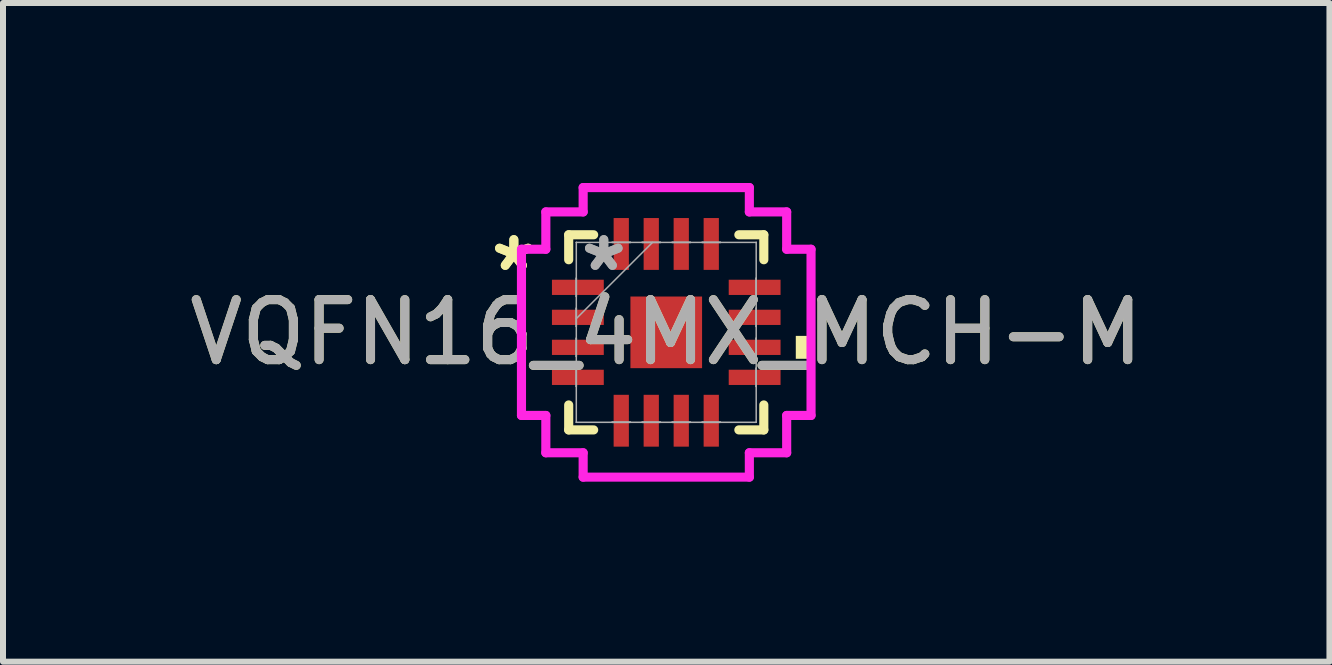
<source format=kicad_pcb>
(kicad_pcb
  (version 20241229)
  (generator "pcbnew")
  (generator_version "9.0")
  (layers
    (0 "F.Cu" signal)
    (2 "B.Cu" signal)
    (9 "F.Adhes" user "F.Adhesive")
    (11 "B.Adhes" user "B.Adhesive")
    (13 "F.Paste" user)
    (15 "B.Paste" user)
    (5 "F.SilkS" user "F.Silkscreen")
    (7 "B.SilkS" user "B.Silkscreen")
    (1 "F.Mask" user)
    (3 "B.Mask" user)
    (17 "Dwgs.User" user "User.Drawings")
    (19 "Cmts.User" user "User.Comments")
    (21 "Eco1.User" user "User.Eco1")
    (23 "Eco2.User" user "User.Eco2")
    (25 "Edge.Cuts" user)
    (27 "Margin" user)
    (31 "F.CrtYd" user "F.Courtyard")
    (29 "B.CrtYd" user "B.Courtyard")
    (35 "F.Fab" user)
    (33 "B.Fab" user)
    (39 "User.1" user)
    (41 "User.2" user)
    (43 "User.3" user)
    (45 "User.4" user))
  (footprint "VQFN16_4MX_MCH-M"
    (layer "F.Cu")
    (at 8.054 2.489)
    (property "Reference" "VQFN16_4MX_MCH-M" (at 0 0 0) (unlocked yes) (layer "F.SilkS") (effects (font (size 1 1) (thickness 0.15))))
    (attr smd)
    (fp_line (start -1.626 -1.626) (end -1.626 -1.21) (stroke (width 0.152) (type solid)) (layer "F.SilkS"))
    (fp_line (start -1.626 1.21) (end -1.626 1.626) (stroke (width 0.152) (type solid)) (layer "F.SilkS"))
    (fp_line (start -1.626 1.626) (end -1.21 1.626) (stroke (width 0.152) (type solid)) (layer "F.SilkS"))
    (fp_line (start -1.21 -1.626) (end -1.626 -1.626) (stroke (width 0.152) (type solid)) (layer "F.SilkS"))
    (fp_line (start 1.21 1.626) (end 1.626 1.626) (stroke (width 0.152) (type solid)) (layer "F.SilkS"))
    (fp_line (start 1.626 -1.626) (end 1.21 -1.626) (stroke (width 0.152) (type solid)) (layer "F.SilkS"))
    (fp_line (start 1.626 -1.21) (end 1.626 -1.626) (stroke (width 0.152) (type solid)) (layer "F.SilkS"))
    (fp_line (start 1.626 1.626) (end 1.626 1.21) (stroke (width 0.152) (type solid)) (layer "F.SilkS"))
    (fp_poly (pts (xy 2.413 0.059) (xy 2.413 0.441) (xy 2.159 0.441) (xy 2.159 0.059)) (stroke (width 0) (type solid)) (fill yes) (layer "F.SilkS"))
    (fp_line (start -2.413 -1.385) (end -2.007 -1.385) (stroke (width 0.152) (type solid)) (layer "F.CrtYd"))
    (fp_line (start -2.413 1.385) (end -2.413 -1.385) (stroke (width 0.152) (type solid)) (layer "F.CrtYd"))
    (fp_line (start -2.007 -2.007) (end -1.385 -2.007) (stroke (width 0.152) (type solid)) (layer "F.CrtYd"))
    (fp_line (start -2.007 -1.385) (end -2.007 -2.007) (stroke (width 0.152) (type solid)) (layer "F.CrtYd"))
    (fp_line (start -2.007 1.385) (end -2.413 1.385) (stroke (width 0.152) (type solid)) (layer "F.CrtYd"))
    (fp_line (start -2.007 2.007) (end -2.007 1.385) (stroke (width 0.152) (type solid)) (layer "F.CrtYd"))
    (fp_line (start -1.385 -2.413) (end 1.385 -2.413) (stroke (width 0.152) (type solid)) (layer "F.CrtYd"))
    (fp_line (start -1.385 -2.007) (end -1.385 -2.413) (stroke (width 0.152) (type solid)) (layer "F.CrtYd"))
    (fp_line (start -1.385 2.007) (end -2.007 2.007) (stroke (width 0.152) (type solid)) (layer "F.CrtYd"))
    (fp_line (start -1.385 2.413) (end -1.385 2.007) (stroke (width 0.152) (type solid)) (layer "F.CrtYd"))
    (fp_line (start 1.385 -2.413) (end 1.385 -2.007) (stroke (width 0.152) (type solid)) (layer "F.CrtYd"))
    (fp_line (start 1.385 -2.007) (end 2.007 -2.007) (stroke (width 0.152) (type solid)) (layer "F.CrtYd"))
    (fp_line (start 1.385 2.007) (end 1.385 2.413) (stroke (width 0.152) (type solid)) (layer "F.CrtYd"))
    (fp_line (start 1.385 2.413) (end -1.385 2.413) (stroke (width 0.152) (type solid)) (layer "F.CrtYd"))
    (fp_line (start 2.007 -2.007) (end 2.007 -1.385) (stroke (width 0.152) (type solid)) (layer "F.CrtYd"))
    (fp_line (start 2.007 -1.385) (end 2.413 -1.385) (stroke (width 0.152) (type solid)) (layer "F.CrtYd"))
    (fp_line (start 2.007 1.385) (end 2.007 2.007) (stroke (width 0.152) (type solid)) (layer "F.CrtYd"))
    (fp_line (start 2.007 2.007) (end 1.385 2.007) (stroke (width 0.152) (type solid)) (layer "F.CrtYd"))
    (fp_line (start 2.413 -1.385) (end 2.413 1.385) (stroke (width 0.152) (type solid)) (layer "F.CrtYd"))
    (fp_line (start 2.413 1.385) (end 2.007 1.385) (stroke (width 0.152) (type solid)) (layer "F.CrtYd"))
    (fp_line (start -1.499 -1.499) (end -1.499 -1.499) (stroke (width 0.025) (type solid)) (layer "F.Fab"))
    (fp_line (start -1.499 -1.499) (end -1.499 1.499) (stroke (width 0.025) (type solid)) (layer "F.Fab"))
    (fp_line (start -1.499 -0.902) (end -1.499 -0.902) (stroke (width 0.025) (type solid)) (layer "F.Fab"))
    (fp_line (start -1.499 -0.902) (end -1.499 -0.598) (stroke (width 0.025) (type solid)) (layer "F.Fab"))
    (fp_line (start -1.499 -0.598) (end -1.499 -0.902) (stroke (width 0.025) (type solid)) (layer "F.Fab"))
    (fp_line (start -1.499 -0.598) (end -1.499 -0.598) (stroke (width 0.025) (type solid)) (layer "F.Fab"))
    (fp_line (start -1.499 -0.402) (end -1.499 -0.402) (stroke (width 0.025) (type solid)) (layer "F.Fab"))
    (fp_line (start -1.499 -0.402) (end -1.499 -0.098) (stroke (width 0.025) (type solid)) (layer "F.Fab"))
    (fp_line (start -1.499 -0.229) (end -0.229 -1.499) (stroke (width 0.025) (type solid)) (layer "F.Fab"))
    (fp_line (start -1.499 -0.098) (end -1.499 -0.402) (stroke (width 0.025) (type solid)) (layer "F.Fab"))
    (fp_line (start -1.499 -0.098) (end -1.499 -0.098) (stroke (width 0.025) (type solid)) (layer "F.Fab"))
    (fp_line (start -1.499 0.098) (end -1.499 0.098) (stroke (width 0.025) (type solid)) (layer "F.Fab"))
    (fp_line (start -1.499 0.098) (end -1.499 0.402) (stroke (width 0.025) (type solid)) (layer "F.Fab"))
    (fp_line (start -1.499 0.402) (end -1.499 0.098) (stroke (width 0.025) (type solid)) (layer "F.Fab"))
    (fp_line (start -1.499 0.402) (end -1.499 0.402) (stroke (width 0.025) (type solid)) (layer "F.Fab"))
    (fp_line (start -1.499 0.598) (end -1.499 0.598) (stroke (width 0.025) (type solid)) (layer "F.Fab"))
    (fp_line (start -1.499 0.598) (end -1.499 0.902) (stroke (width 0.025) (type solid)) (layer "F.Fab"))
    (fp_line (start -1.499 0.902) (end -1.499 0.598) (stroke (width 0.025) (type solid)) (layer "F.Fab"))
    (fp_line (start -1.499 0.902) (end -1.499 0.902) (stroke (width 0.025) (type solid)) (layer "F.Fab"))
    (fp_line (start -1.499 1.499) (end -1.499 1.499) (stroke (width 0.025) (type solid)) (layer "F.Fab"))
    (fp_line (start -1.499 1.499) (end 1.499 1.499) (stroke (width 0.025) (type solid)) (layer "F.Fab"))
    (fp_line (start -0.902 -1.499) (end -0.902 -1.499) (stroke (width 0.025) (type solid)) (layer "F.Fab"))
    (fp_line (start -0.902 -1.499) (end -0.598 -1.499) (stroke (width 0.025) (type solid)) (layer "F.Fab"))
    (fp_line (start -0.902 1.499) (end -0.902 1.499) (stroke (width 0.025) (type solid)) (layer "F.Fab"))
    (fp_line (start -0.902 1.499) (end -0.598 1.499) (stroke (width 0.025) (type solid)) (layer "F.Fab"))
    (fp_line (start -0.598 -1.499) (end -0.902 -1.499) (stroke (width 0.025) (type solid)) (layer "F.Fab"))
    (fp_line (start -0.598 -1.499) (end -0.598 -1.499) (stroke (width 0.025) (type solid)) (layer "F.Fab"))
    (fp_line (start -0.598 1.499) (end -0.902 1.499) (stroke (width 0.025) (type solid)) (layer "F.Fab"))
    (fp_line (start -0.598 1.499) (end -0.598 1.499) (stroke (width 0.025) (type solid)) (layer "F.Fab"))
    (fp_line (start -0.402 -1.499) (end -0.402 -1.499) (stroke (width 0.025) (type solid)) (layer "F.Fab"))
    (fp_line (start -0.402 -1.499) (end -0.098 -1.499) (stroke (width 0.025) (type solid)) (layer "F.Fab"))
    (fp_line (start -0.402 1.499) (end -0.402 1.499) (stroke (width 0.025) (type solid)) (layer "F.Fab"))
    (fp_line (start -0.402 1.499) (end -0.098 1.499) (stroke (width 0.025) (type solid)) (layer "F.Fab"))
    (fp_line (start -0.098 -1.499) (end -0.402 -1.499) (stroke (width 0.025) (type solid)) (layer "F.Fab"))
    (fp_line (start -0.098 -1.499) (end -0.098 -1.499) (stroke (width 0.025) (type solid)) (layer "F.Fab"))
    (fp_line (start -0.098 1.499) (end -0.402 1.499) (stroke (width 0.025) (type solid)) (layer "F.Fab"))
    (fp_line (start -0.098 1.499) (end -0.098 1.499) (stroke (width 0.025) (type solid)) (layer "F.Fab"))
    (fp_line (start 0.098 -1.499) (end 0.098 -1.499) (stroke (width 0.025) (type solid)) (layer "F.Fab"))
    (fp_line (start 0.098 -1.499) (end 0.402 -1.499) (stroke (width 0.025) (type solid)) (layer "F.Fab"))
    (fp_line (start 0.098 1.499) (end 0.098 1.499) (stroke (width 0.025) (type solid)) (layer "F.Fab"))
    (fp_line (start 0.098 1.499) (end 0.402 1.499) (stroke (width 0.025) (type solid)) (layer "F.Fab"))
    (fp_line (start 0.402 -1.499) (end 0.098 -1.499) (stroke (width 0.025) (type solid)) (layer "F.Fab"))
    (fp_line (start 0.402 -1.499) (end 0.402 -1.499) (stroke (width 0.025) (type solid)) (layer "F.Fab"))
    (fp_line (start 0.402 1.499) (end 0.098 1.499) (stroke (width 0.025) (type solid)) (layer "F.Fab"))
    (fp_line (start 0.402 1.499) (end 0.402 1.499) (stroke (width 0.025) (type solid)) (layer "F.Fab"))
    (fp_line (start 0.598 -1.499) (end 0.598 -1.499) (stroke (width 0.025) (type solid)) (layer "F.Fab"))
    (fp_line (start 0.598 -1.499) (end 0.902 -1.499) (stroke (width 0.025) (type solid)) (layer "F.Fab"))
    (fp_line (start 0.598 1.499) (end 0.598 1.499) (stroke (width 0.025) (type solid)) (layer "F.Fab"))
    (fp_line (start 0.598 1.499) (end 0.902 1.499) (stroke (width 0.025) (type solid)) (layer "F.Fab"))
    (fp_line (start 0.902 -1.499) (end 0.598 -1.499) (stroke (width 0.025) (type solid)) (layer "F.Fab"))
    (fp_line (start 0.902 -1.499) (end 0.902 -1.499) (stroke (width 0.025) (type solid)) (layer "F.Fab"))
    (fp_line (start 0.902 1.499) (end 0.598 1.499) (stroke (width 0.025) (type solid)) (layer "F.Fab"))
    (fp_line (start 0.902 1.499) (end 0.902 1.499) (stroke (width 0.025) (type solid)) (layer "F.Fab"))
    (fp_line (start 1.499 -1.499) (end -1.499 -1.499) (stroke (width 0.025) (type solid)) (layer "F.Fab"))
    (fp_line (start 1.499 -1.499) (end 1.499 -1.499) (stroke (width 0.025) (type solid)) (layer "F.Fab"))
    (fp_line (start 1.499 -0.902) (end 1.499 -0.902) (stroke (width 0.025) (type solid)) (layer "F.Fab"))
    (fp_line (start 1.499 -0.902) (end 1.499 -0.598) (stroke (width 0.025) (type solid)) (layer "F.Fab"))
    (fp_line (start 1.499 -0.598) (end 1.499 -0.902) (stroke (width 0.025) (type solid)) (layer "F.Fab"))
    (fp_line (start 1.499 -0.598) (end 1.499 -0.598) (stroke (width 0.025) (type solid)) (layer "F.Fab"))
    (fp_line (start 1.499 -0.402) (end 1.499 -0.402) (stroke (width 0.025) (type solid)) (layer "F.Fab"))
    (fp_line (start 1.499 -0.402) (end 1.499 -0.098) (stroke (width 0.025) (type solid)) (layer "F.Fab"))
    (fp_line (start 1.499 -0.098) (end 1.499 -0.402) (stroke (width 0.025) (type solid)) (layer "F.Fab"))
    (fp_line (start 1.499 -0.098) (end 1.499 -0.098) (stroke (width 0.025) (type solid)) (layer "F.Fab"))
    (fp_line (start 1.499 0.098) (end 1.499 0.098) (stroke (width 0.025) (type solid)) (layer "F.Fab"))
    (fp_line (start 1.499 0.098) (end 1.499 0.402) (stroke (width 0.025) (type solid)) (layer "F.Fab"))
    (fp_line (start 1.499 0.402) (end 1.499 0.098) (stroke (width 0.025) (type solid)) (layer "F.Fab"))
    (fp_line (start 1.499 0.402) (end 1.499 0.402) (stroke (width 0.025) (type solid)) (layer "F.Fab"))
    (fp_line (start 1.499 0.598) (end 1.499 0.598) (stroke (width 0.025) (type solid)) (layer "F.Fab"))
    (fp_line (start 1.499 0.598) (end 1.499 0.902) (stroke (width 0.025) (type solid)) (layer "F.Fab"))
    (fp_line (start 1.499 0.902) (end 1.499 0.598) (stroke (width 0.025) (type solid)) (layer "F.Fab"))
    (fp_line (start 1.499 0.902) (end 1.499 0.902) (stroke (width 0.025) (type solid)) (layer "F.Fab"))
    (fp_line (start 1.499 1.499) (end 1.499 -1.499) (stroke (width 0.025) (type solid)) (layer "F.Fab"))
    (fp_line (start 1.499 1.499) (end 1.499 1.499) (stroke (width 0.025) (type solid)) (layer "F.Fab"))
    (fp_text user "*" (at -2.54 -1 0) (unlocked yes) (layer "F.SilkS") (effects (font (size 1 1) (thickness 0.15))))
    (fp_text user "*" (at -2.54 -1 0) (layer "F.SilkS") (effects (font (size 1 1) (thickness 0.15))))
    (fp_text user "*" (at -1.041 -1 0) (unlocked yes) (layer "F.Fab") (effects (font (size 1 1) (thickness 0.15))))
    (fp_text user "${REFERENCE}" (at 0 0 0) (unlocked yes) (layer "F.Fab") (effects (font (size 1 1) (thickness 0.15))))
    (fp_text user "*" (at -1.041 -1 0) (layer "F.Fab") (effects (font (size 1 1) (thickness 0.15))))
    (pad "1" smd rect (at -1.473 -0.75 90) (size 0.254 0.864) (layers "F.Cu" "F.Mask" "F.Paste"))
    (pad "2" smd rect (at -1.473 -0.25 90) (size 0.254 0.864) (layers "F.Cu" "F.Mask" "F.Paste"))
    (pad "3" smd rect (at -1.473 0.25 90) (size 0.254 0.864) (layers "F.Cu" "F.Mask" "F.Paste"))
    (pad "4" smd rect (at -1.473 0.75 90) (size 0.254 0.864) (layers "F.Cu" "F.Mask" "F.Paste"))
    (pad "5" smd rect (at -0.75 1.473) (size 0.254 0.864) (layers "F.Cu" "F.Mask" "F.Paste"))
    (pad "6" smd rect (at -0.25 1.473) (size 0.254 0.864) (layers "F.Cu" "F.Mask" "F.Paste"))
    (pad "7" smd rect (at 0.25 1.473) (size 0.254 0.864) (layers "F.Cu" "F.Mask" "F.Paste"))
    (pad "8" smd rect (at 0.75 1.473) (size 0.254 0.864) (layers "F.Cu" "F.Mask" "F.Paste"))
    (pad "9" smd rect (at 1.473 0.75 90) (size 0.254 0.864) (layers "F.Cu" "F.Mask" "F.Paste"))
    (pad "10" smd rect (at 1.473 0.25 90) (size 0.254 0.864) (layers "F.Cu" "F.Mask" "F.Paste"))
    (pad "11" smd rect (at 1.473 -0.25 90) (size 0.254 0.864) (layers "F.Cu" "F.Mask" "F.Paste"))
    (pad "12" smd rect (at 1.473 -0.75 90) (size 0.254 0.864) (layers "F.Cu" "F.Mask" "F.Paste"))
    (pad "13" smd rect (at 0.75 -1.473) (size 0.254 0.864) (layers "F.Cu" "F.Mask" "F.Paste"))
    (pad "14" smd rect (at 0.25 -1.473) (size 0.254 0.864) (layers "F.Cu" "F.Mask" "F.Paste"))
    (pad "15" smd rect (at -0.25 -1.473) (size 0.254 0.864) (layers "F.Cu" "F.Mask" "F.Paste"))
    (pad "16" smd rect (at -0.75 -1.473) (size 0.254 0.864) (layers "F.Cu" "F.Mask" "F.Paste"))
    (pad "17" smd rect (at 0 0) (size 1.194 1.194) (layers "F.Cu" "F.Mask" "F.Paste")))
  (gr_rect
    (start -3 -3)
    (end 19.107 7.978)
    (stroke (width 0.1) (type default))
    (fill no)
    (layer "Edge.Cuts")))
</source>
